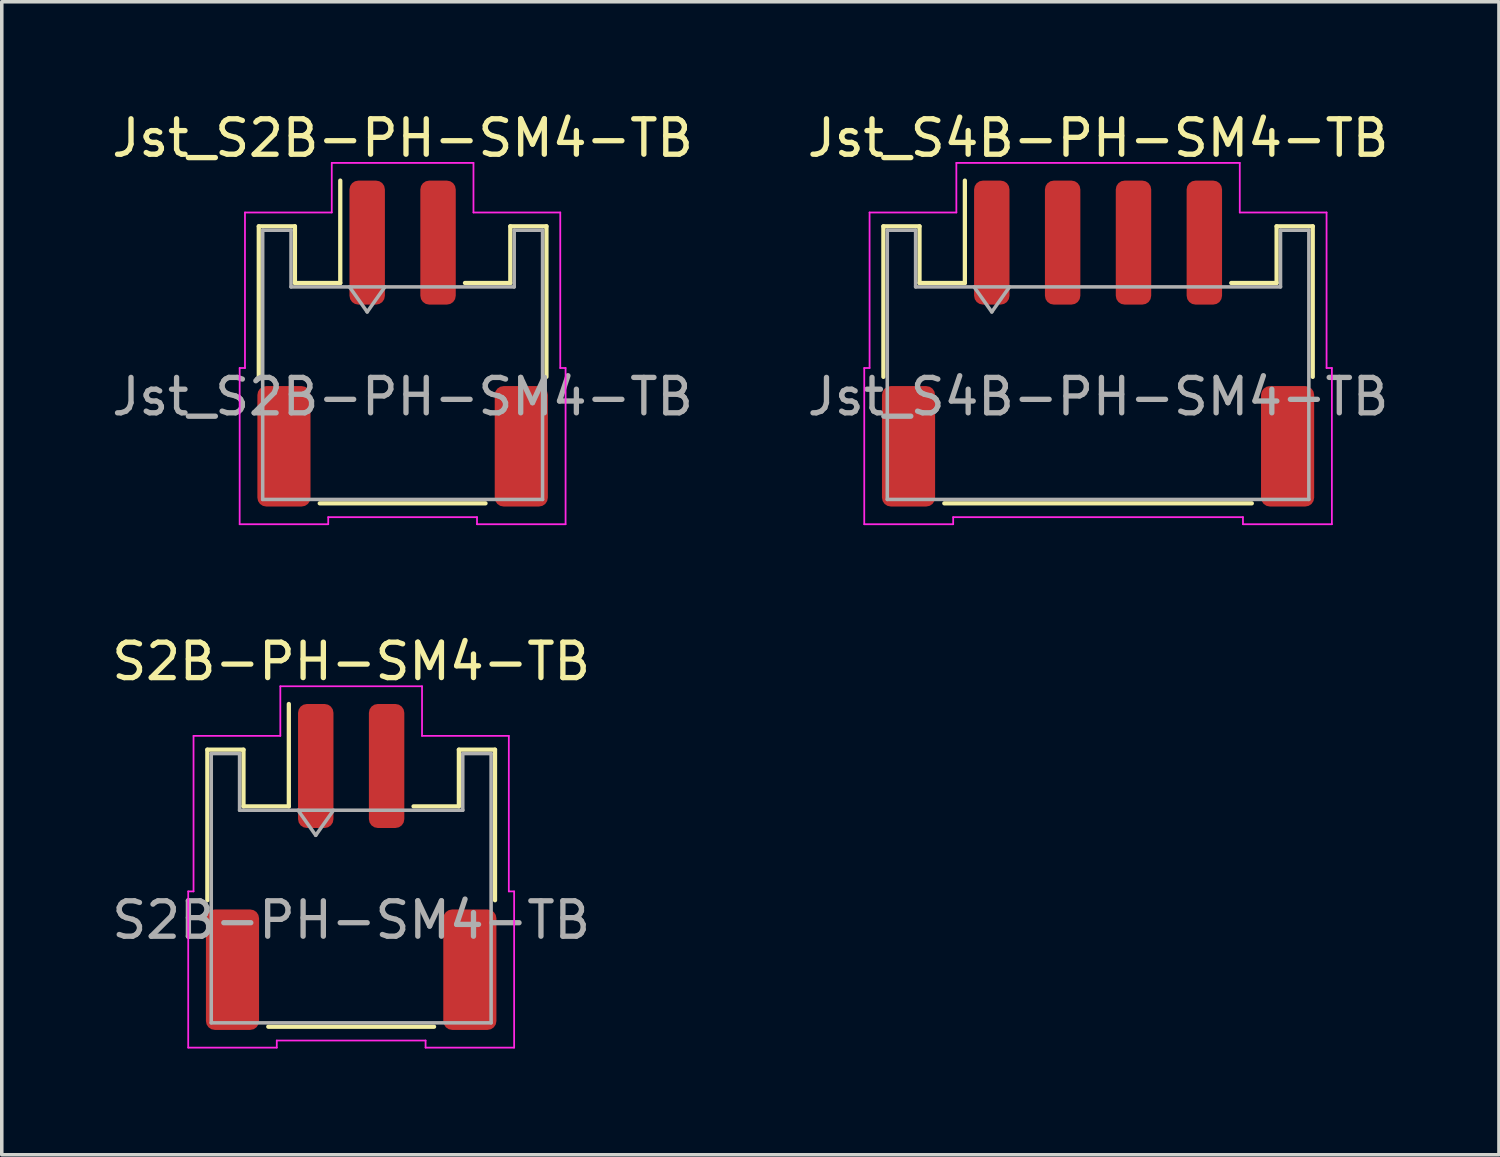
<source format=kicad_pcb>
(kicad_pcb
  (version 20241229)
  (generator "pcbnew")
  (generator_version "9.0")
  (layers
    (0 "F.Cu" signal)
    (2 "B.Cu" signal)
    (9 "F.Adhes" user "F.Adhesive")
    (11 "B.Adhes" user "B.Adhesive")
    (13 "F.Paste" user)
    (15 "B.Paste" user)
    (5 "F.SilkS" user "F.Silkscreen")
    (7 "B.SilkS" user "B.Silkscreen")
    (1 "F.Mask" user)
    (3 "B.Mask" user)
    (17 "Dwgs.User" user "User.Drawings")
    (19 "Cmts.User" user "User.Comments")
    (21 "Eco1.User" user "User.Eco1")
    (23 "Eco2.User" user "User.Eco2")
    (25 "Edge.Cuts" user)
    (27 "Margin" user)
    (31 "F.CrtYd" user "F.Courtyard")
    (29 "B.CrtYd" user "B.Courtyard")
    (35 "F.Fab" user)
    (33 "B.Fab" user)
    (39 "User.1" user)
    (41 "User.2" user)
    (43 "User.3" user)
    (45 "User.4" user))
  (footprint "Jst_S2B-PH-SM4-TB"
    (layer "F.Cu")
    (at 8.315 6.648)
    (property "Reference" "Jst_S2B-PH-SM4-TB" (at 0 -5.8 0) (layer "F.SilkS") (effects (font (size 1 1) (thickness 0.15))))
    (attr smd)
    (fp_line (start -4.06 -3.31) (end -3.04 -3.31) (stroke (width 0.12) (type solid)) (layer "F.SilkS"))
    (fp_line (start -4.06 0.94) (end -4.06 -3.31) (stroke (width 0.12) (type solid)) (layer "F.SilkS"))
    (fp_line (start -3.04 -3.31) (end -3.04 -1.71) (stroke (width 0.12) (type solid)) (layer "F.SilkS"))
    (fp_line (start -3.04 -1.71) (end -1.76 -1.71) (stroke (width 0.12) (type solid)) (layer "F.SilkS"))
    (fp_line (start -2.34 4.51) (end 2.34 4.51) (stroke (width 0.12) (type solid)) (layer "F.SilkS"))
    (fp_line (start -1.76 -1.71) (end -1.76 -4.6) (stroke (width 0.12) (type solid)) (layer "F.SilkS"))
    (fp_line (start 3.04 -3.31) (end 3.04 -1.71) (stroke (width 0.12) (type solid)) (layer "F.SilkS"))
    (fp_line (start 3.04 -1.71) (end 1.76 -1.71) (stroke (width 0.12) (type solid)) (layer "F.SilkS"))
    (fp_line (start 4.06 -3.31) (end 3.04 -3.31) (stroke (width 0.12) (type solid)) (layer "F.SilkS"))
    (fp_line (start 4.06 0.94) (end 4.06 -3.31) (stroke (width 0.12) (type solid)) (layer "F.SilkS"))
    (fp_line (start -4.6 0.69) (end -4.45 0.69) (stroke (width 0.05) (type solid)) (layer "F.CrtYd"))
    (fp_line (start -4.6 5.1) (end -4.6 0.69) (stroke (width 0.05) (type solid)) (layer "F.CrtYd"))
    (fp_line (start -4.45 -3.7) (end -2 -3.7) (stroke (width 0.05) (type solid)) (layer "F.CrtYd"))
    (fp_line (start -4.45 0.69) (end -4.45 -3.7) (stroke (width 0.05) (type solid)) (layer "F.CrtYd"))
    (fp_line (start -2.1 4.9) (end -2.1 5.1) (stroke (width 0.05) (type solid)) (layer "F.CrtYd"))
    (fp_line (start -2.1 5.1) (end -4.6 5.1) (stroke (width 0.05) (type solid)) (layer "F.CrtYd"))
    (fp_line (start -2 -5.1) (end 2 -5.1) (stroke (width 0.05) (type solid)) (layer "F.CrtYd"))
    (fp_line (start -2 -3.7) (end -2 -5.1) (stroke (width 0.05) (type solid)) (layer "F.CrtYd"))
    (fp_line (start 2 -5.1) (end 2 -3.7) (stroke (width 0.05) (type solid)) (layer "F.CrtYd"))
    (fp_line (start 2 -3.7) (end 4.45 -3.7) (stroke (width 0.05) (type solid)) (layer "F.CrtYd"))
    (fp_line (start 2.1 4.9) (end -2.1 4.9) (stroke (width 0.05) (type solid)) (layer "F.CrtYd"))
    (fp_line (start 2.1 5.1) (end 2.1 4.9) (stroke (width 0.05) (type solid)) (layer "F.CrtYd"))
    (fp_line (start 4.45 -3.7) (end 4.45 0.69) (stroke (width 0.05) (type solid)) (layer "F.CrtYd"))
    (fp_line (start 4.45 0.69) (end 4.6 0.69) (stroke (width 0.05) (type solid)) (layer "F.CrtYd"))
    (fp_line (start 4.6 0.69) (end 4.6 5.1) (stroke (width 0.05) (type solid)) (layer "F.CrtYd"))
    (fp_line (start 4.6 5.1) (end 2.1 5.1) (stroke (width 0.05) (type solid)) (layer "F.CrtYd"))
    (fp_line (start -3.95 -3.2) (end -3.95 4.4) (stroke (width 0.1) (type solid)) (layer "F.Fab"))
    (fp_line (start -3.95 -3.2) (end -3.15 -3.2) (stroke (width 0.1) (type solid)) (layer "F.Fab"))
    (fp_line (start -3.95 4.4) (end 3.95 4.4) (stroke (width 0.1) (type solid)) (layer "F.Fab"))
    (fp_line (start -3.15 -3.2) (end -3.15 -1.6) (stroke (width 0.1) (type solid)) (layer "F.Fab"))
    (fp_line (start -3.15 -1.6) (end 3.15 -1.6) (stroke (width 0.1) (type solid)) (layer "F.Fab"))
    (fp_line (start -1.5 -1.6) (end -1 -0.893) (stroke (width 0.1) (type solid)) (layer "F.Fab"))
    (fp_line (start -1 -0.893) (end -0.5 -1.6) (stroke (width 0.1) (type solid)) (layer "F.Fab"))
    (fp_line (start 3.15 -3.2) (end 3.95 -3.2) (stroke (width 0.1) (type solid)) (layer "F.Fab"))
    (fp_line (start 3.15 -1.6) (end 3.15 -3.2) (stroke (width 0.1) (type solid)) (layer "F.Fab"))
    (fp_line (start 3.95 -3.2) (end 3.95 4.4) (stroke (width 0.1) (type solid)) (layer "F.Fab"))
    (fp_text user "${REFERENCE}" (at 0 1.5 0) (layer "F.Fab") (effects (font (size 1 1) (thickness 0.15))))
    (pad "1" smd roundrect (at -1 -2.85) (size 1 3.5) (layers "F.Cu" "F.Mask" "F.Paste") (roundrect_rratio 0.25))
    (pad "2" smd roundrect (at 1 -2.85) (size 1 3.5) (layers "F.Cu" "F.Mask" "F.Paste") (roundrect_rratio 0.25))
    (pad "MP" smd roundrect (at -3.35 2.9) (size 1.5 3.4) (layers "F.Cu" "F.Mask" "F.Paste") (roundrect_rratio 0.167))
    (pad "MP" smd roundrect (at 3.35 2.9) (size 1.5 3.4) (layers "F.Cu" "F.Mask" "F.Paste") (roundrect_rratio 0.167)))
  (footprint "S2B-PH-SM4-TB"
    (layer "F.Cu")
    (at 6.863 21.422)
    (property "Reference" "S2B-PH-SM4-TB" (at 0 -5.8 0) (layer "F.SilkS") (effects (font (size 1 1) (thickness 0.15))))
    (attr smd)
    (fp_line (start -4.06 -3.31) (end -3.04 -3.31) (stroke (width 0.12) (type solid)) (layer "F.SilkS"))
    (fp_line (start -4.06 0.94) (end -4.06 -3.31) (stroke (width 0.12) (type solid)) (layer "F.SilkS"))
    (fp_line (start -3.04 -3.31) (end -3.04 -1.71) (stroke (width 0.12) (type solid)) (layer "F.SilkS"))
    (fp_line (start -3.04 -1.71) (end -1.76 -1.71) (stroke (width 0.12) (type solid)) (layer "F.SilkS"))
    (fp_line (start -2.34 4.51) (end 2.34 4.51) (stroke (width 0.12) (type solid)) (layer "F.SilkS"))
    (fp_line (start -1.76 -1.71) (end -1.76 -4.6) (stroke (width 0.12) (type solid)) (layer "F.SilkS"))
    (fp_line (start 3.04 -3.31) (end 3.04 -1.71) (stroke (width 0.12) (type solid)) (layer "F.SilkS"))
    (fp_line (start 3.04 -1.71) (end 1.76 -1.71) (stroke (width 0.12) (type solid)) (layer "F.SilkS"))
    (fp_line (start 4.06 -3.31) (end 3.04 -3.31) (stroke (width 0.12) (type solid)) (layer "F.SilkS"))
    (fp_line (start 4.06 0.94) (end 4.06 -3.31) (stroke (width 0.12) (type solid)) (layer "F.SilkS"))
    (fp_line (start -4.6 0.69) (end -4.45 0.69) (stroke (width 0.05) (type solid)) (layer "F.CrtYd"))
    (fp_line (start -4.6 5.1) (end -4.6 0.69) (stroke (width 0.05) (type solid)) (layer "F.CrtYd"))
    (fp_line (start -4.45 -3.7) (end -2 -3.7) (stroke (width 0.05) (type solid)) (layer "F.CrtYd"))
    (fp_line (start -4.45 0.69) (end -4.45 -3.7) (stroke (width 0.05) (type solid)) (layer "F.CrtYd"))
    (fp_line (start -2.1 4.9) (end -2.1 5.1) (stroke (width 0.05) (type solid)) (layer "F.CrtYd"))
    (fp_line (start -2.1 5.1) (end -4.6 5.1) (stroke (width 0.05) (type solid)) (layer "F.CrtYd"))
    (fp_line (start -2 -5.1) (end 2 -5.1) (stroke (width 0.05) (type solid)) (layer "F.CrtYd"))
    (fp_line (start -2 -3.7) (end -2 -5.1) (stroke (width 0.05) (type solid)) (layer "F.CrtYd"))
    (fp_line (start 2 -5.1) (end 2 -3.7) (stroke (width 0.05) (type solid)) (layer "F.CrtYd"))
    (fp_line (start 2 -3.7) (end 4.45 -3.7) (stroke (width 0.05) (type solid)) (layer "F.CrtYd"))
    (fp_line (start 2.1 4.9) (end -2.1 4.9) (stroke (width 0.05) (type solid)) (layer "F.CrtYd"))
    (fp_line (start 2.1 5.1) (end 2.1 4.9) (stroke (width 0.05) (type solid)) (layer "F.CrtYd"))
    (fp_line (start 4.45 -3.7) (end 4.45 0.69) (stroke (width 0.05) (type solid)) (layer "F.CrtYd"))
    (fp_line (start 4.45 0.69) (end 4.6 0.69) (stroke (width 0.05) (type solid)) (layer "F.CrtYd"))
    (fp_line (start 4.6 0.69) (end 4.6 5.1) (stroke (width 0.05) (type solid)) (layer "F.CrtYd"))
    (fp_line (start 4.6 5.1) (end 2.1 5.1) (stroke (width 0.05) (type solid)) (layer "F.CrtYd"))
    (fp_line (start -3.95 -3.2) (end -3.95 4.4) (stroke (width 0.1) (type solid)) (layer "F.Fab"))
    (fp_line (start -3.95 -3.2) (end -3.15 -3.2) (stroke (width 0.1) (type solid)) (layer "F.Fab"))
    (fp_line (start -3.95 4.4) (end 3.95 4.4) (stroke (width 0.1) (type solid)) (layer "F.Fab"))
    (fp_line (start -3.15 -3.2) (end -3.15 -1.6) (stroke (width 0.1) (type solid)) (layer "F.Fab"))
    (fp_line (start -3.15 -1.6) (end 3.15 -1.6) (stroke (width 0.1) (type solid)) (layer "F.Fab"))
    (fp_line (start -1.5 -1.6) (end -1 -0.893) (stroke (width 0.1) (type solid)) (layer "F.Fab"))
    (fp_line (start -1 -0.893) (end -0.5 -1.6) (stroke (width 0.1) (type solid)) (layer "F.Fab"))
    (fp_line (start 3.15 -3.2) (end 3.95 -3.2) (stroke (width 0.1) (type solid)) (layer "F.Fab"))
    (fp_line (start 3.15 -1.6) (end 3.15 -3.2) (stroke (width 0.1) (type solid)) (layer "F.Fab"))
    (fp_line (start 3.95 -3.2) (end 3.95 4.4) (stroke (width 0.1) (type solid)) (layer "F.Fab"))
    (fp_text user "${REFERENCE}" (at 0 1.5 0) (layer "F.Fab") (effects (font (size 1 1) (thickness 0.15))))
    (pad "1" smd roundrect (at -1 -2.85) (size 1 3.5) (layers "F.Cu" "F.Mask" "F.Paste") (roundrect_rratio 0.25))
    (pad "2" smd roundrect (at 1 -2.85) (size 1 3.5) (layers "F.Cu" "F.Mask" "F.Paste") (roundrect_rratio 0.25))
    (pad "MP" smd roundrect (at -3.35 2.9) (size 1.5 3.4) (layers "F.Cu" "F.Mask" "F.Paste") (roundrect_rratio 0.167))
    (pad "MP" smd roundrect (at 3.35 2.9) (size 1.5 3.4) (layers "F.Cu" "F.Mask" "F.Paste") (roundrect_rratio 0.167)))
  (footprint "Jst_S4B-PH-SM4-TB"
    (layer "F.Cu")
    (at 27.946 6.648)
    (property "Reference" "Jst_S4B-PH-SM4-TB" (at 0 -5.8 0) (layer "F.SilkS") (effects (font (size 1 1) (thickness 0.15))))
    (attr smd)
    (fp_line (start -6.06 -3.31) (end -5.04 -3.31) (stroke (width 0.12) (type solid)) (layer "F.SilkS"))
    (fp_line (start -6.06 0.94) (end -6.06 -3.31) (stroke (width 0.12) (type solid)) (layer "F.SilkS"))
    (fp_line (start -5.04 -3.31) (end -5.04 -1.71) (stroke (width 0.12) (type solid)) (layer "F.SilkS"))
    (fp_line (start -5.04 -1.71) (end -3.76 -1.71) (stroke (width 0.12) (type solid)) (layer "F.SilkS"))
    (fp_line (start -4.34 4.51) (end 4.34 4.51) (stroke (width 0.12) (type solid)) (layer "F.SilkS"))
    (fp_line (start -3.76 -1.71) (end -3.76 -4.6) (stroke (width 0.12) (type solid)) (layer "F.SilkS"))
    (fp_line (start 5.04 -3.31) (end 5.04 -1.71) (stroke (width 0.12) (type solid)) (layer "F.SilkS"))
    (fp_line (start 5.04 -1.71) (end 3.76 -1.71) (stroke (width 0.12) (type solid)) (layer "F.SilkS"))
    (fp_line (start 6.06 -3.31) (end 5.04 -3.31) (stroke (width 0.12) (type solid)) (layer "F.SilkS"))
    (fp_line (start 6.06 0.94) (end 6.06 -3.31) (stroke (width 0.12) (type solid)) (layer "F.SilkS"))
    (fp_line (start -6.6 0.69) (end -6.45 0.69) (stroke (width 0.05) (type solid)) (layer "F.CrtYd"))
    (fp_line (start -6.6 5.1) (end -6.6 0.69) (stroke (width 0.05) (type solid)) (layer "F.CrtYd"))
    (fp_line (start -6.45 -3.7) (end -4 -3.7) (stroke (width 0.05) (type solid)) (layer "F.CrtYd"))
    (fp_line (start -6.45 0.69) (end -6.45 -3.7) (stroke (width 0.05) (type solid)) (layer "F.CrtYd"))
    (fp_line (start -4.09 4.9) (end -4.09 5.1) (stroke (width 0.05) (type solid)) (layer "F.CrtYd"))
    (fp_line (start -4.09 5.1) (end -6.6 5.1) (stroke (width 0.05) (type solid)) (layer "F.CrtYd"))
    (fp_line (start -4 -5.1) (end 4 -5.1) (stroke (width 0.05) (type solid)) (layer "F.CrtYd"))
    (fp_line (start -4 -3.7) (end -4 -5.1) (stroke (width 0.05) (type solid)) (layer "F.CrtYd"))
    (fp_line (start 4 -5.1) (end 4 -3.7) (stroke (width 0.05) (type solid)) (layer "F.CrtYd"))
    (fp_line (start 4 -3.7) (end 6.45 -3.7) (stroke (width 0.05) (type solid)) (layer "F.CrtYd"))
    (fp_line (start 4.09 4.9) (end -4.09 4.9) (stroke (width 0.05) (type solid)) (layer "F.CrtYd"))
    (fp_line (start 4.09 5.1) (end 4.09 4.9) (stroke (width 0.05) (type solid)) (layer "F.CrtYd"))
    (fp_line (start 6.45 -3.7) (end 6.45 0.69) (stroke (width 0.05) (type solid)) (layer "F.CrtYd"))
    (fp_line (start 6.45 0.69) (end 6.6 0.69) (stroke (width 0.05) (type solid)) (layer "F.CrtYd"))
    (fp_line (start 6.6 0.69) (end 6.6 5.1) (stroke (width 0.05) (type solid)) (layer "F.CrtYd"))
    (fp_line (start 6.6 5.1) (end 4.09 5.1) (stroke (width 0.05) (type solid)) (layer "F.CrtYd"))
    (fp_line (start -5.95 -3.2) (end -5.95 4.4) (stroke (width 0.1) (type solid)) (layer "F.Fab"))
    (fp_line (start -5.95 -3.2) (end -5.15 -3.2) (stroke (width 0.1) (type solid)) (layer "F.Fab"))
    (fp_line (start -5.95 4.4) (end 5.95 4.4) (stroke (width 0.1) (type solid)) (layer "F.Fab"))
    (fp_line (start -5.15 -3.2) (end -5.15 -1.6) (stroke (width 0.1) (type solid)) (layer "F.Fab"))
    (fp_line (start -5.15 -1.6) (end 5.15 -1.6) (stroke (width 0.1) (type solid)) (layer "F.Fab"))
    (fp_line (start -3.5 -1.6) (end -3 -0.893) (stroke (width 0.1) (type solid)) (layer "F.Fab"))
    (fp_line (start -3 -0.893) (end -2.5 -1.6) (stroke (width 0.1) (type solid)) (layer "F.Fab"))
    (fp_line (start 5.15 -3.2) (end 5.95 -3.2) (stroke (width 0.1) (type solid)) (layer "F.Fab"))
    (fp_line (start 5.15 -1.6) (end 5.15 -3.2) (stroke (width 0.1) (type solid)) (layer "F.Fab"))
    (fp_line (start 5.95 -3.2) (end 5.95 4.4) (stroke (width 0.1) (type solid)) (layer "F.Fab"))
    (fp_text user "${REFERENCE}" (at 0 1.5 0) (layer "F.Fab") (effects (font (size 1 1) (thickness 0.15))))
    (pad "1" smd roundrect (at -3 -2.85) (size 1 3.5) (layers "F.Cu" "F.Mask" "F.Paste") (roundrect_rratio 0.25))
    (pad "2" smd roundrect (at -1 -2.85) (size 1 3.5) (layers "F.Cu" "F.Mask" "F.Paste") (roundrect_rratio 0.25))
    (pad "3" smd roundrect (at 1 -2.85) (size 1 3.5) (layers "F.Cu" "F.Mask" "F.Paste") (roundrect_rratio 0.25))
    (pad "4" smd roundrect (at 3 -2.85) (size 1 3.5) (layers "F.Cu" "F.Mask" "F.Paste") (roundrect_rratio 0.25))
    (pad "MP" smd roundrect (at -5.35 2.9) (size 1.5 3.4) (layers "F.Cu" "F.Mask" "F.Paste") (roundrect_rratio 0.167))
    (pad "MP" smd roundrect (at 5.35 2.9) (size 1.5 3.4) (layers "F.Cu" "F.Mask" "F.Paste") (roundrect_rratio 0.167)))
  (gr_rect
    (start -3 -3)
    (end 39.262 29.547)
    (stroke (width 0.1) (type default))
    (fill no)
    (layer "Edge.Cuts")))
</source>
